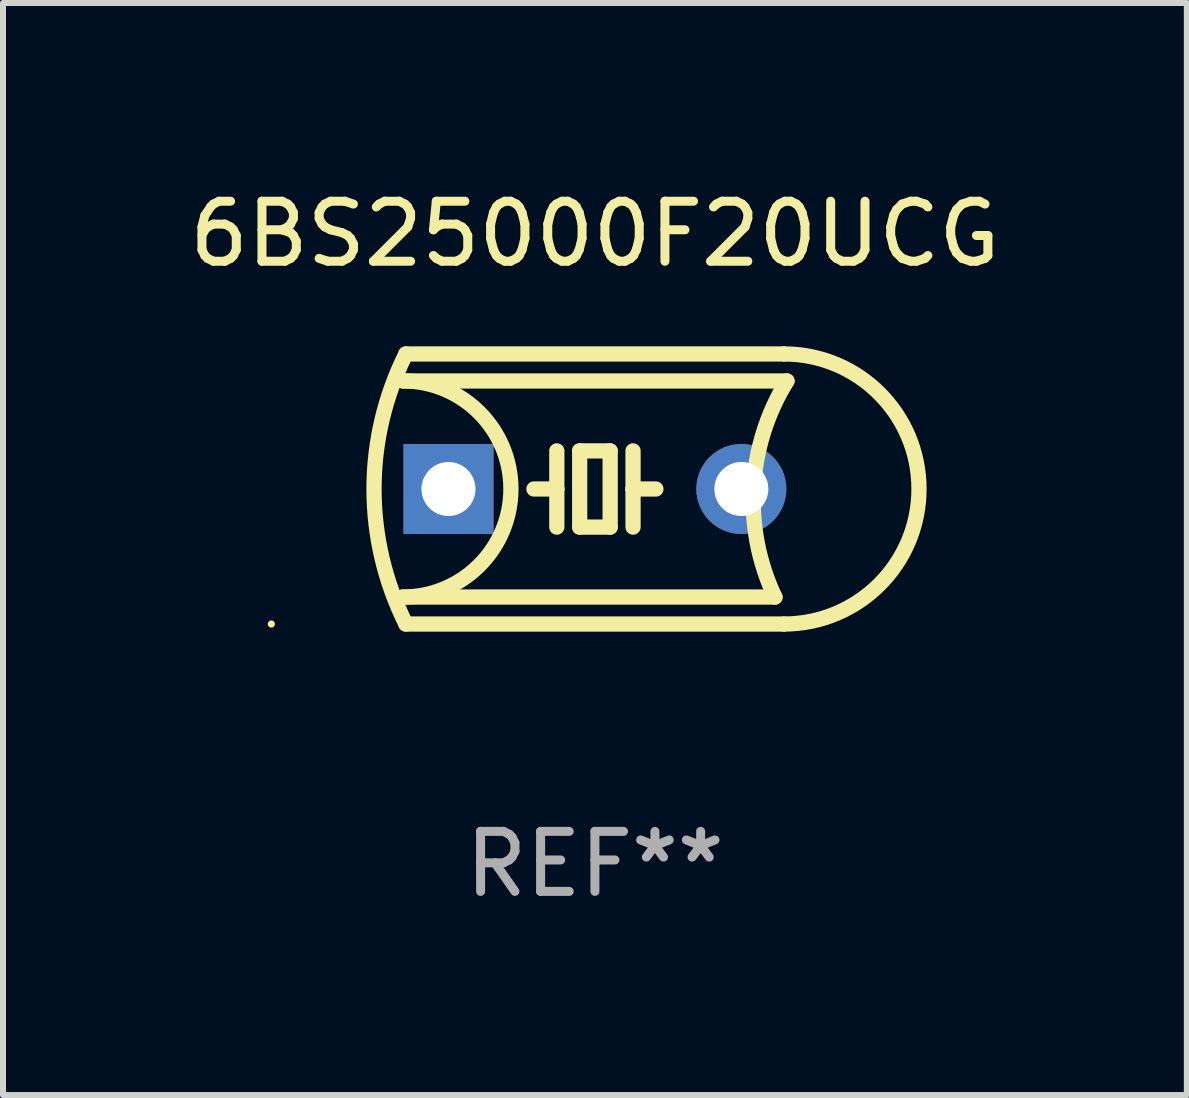
<source format=kicad_pcb>
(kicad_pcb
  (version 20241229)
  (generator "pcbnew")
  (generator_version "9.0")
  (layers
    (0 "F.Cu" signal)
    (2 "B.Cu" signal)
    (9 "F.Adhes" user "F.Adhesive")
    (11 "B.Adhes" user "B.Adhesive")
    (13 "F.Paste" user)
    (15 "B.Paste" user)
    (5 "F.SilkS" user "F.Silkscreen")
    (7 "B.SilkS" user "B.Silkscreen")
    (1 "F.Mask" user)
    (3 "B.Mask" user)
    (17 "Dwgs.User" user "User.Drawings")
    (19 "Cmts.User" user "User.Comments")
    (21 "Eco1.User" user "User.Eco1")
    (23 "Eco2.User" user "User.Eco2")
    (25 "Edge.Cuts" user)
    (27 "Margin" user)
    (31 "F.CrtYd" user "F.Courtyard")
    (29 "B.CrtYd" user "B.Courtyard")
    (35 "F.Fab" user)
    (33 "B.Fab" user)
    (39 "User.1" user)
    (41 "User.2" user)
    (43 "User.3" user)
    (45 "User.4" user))
  (footprint "6BS25000F20UCG"
    (layer "F.Cu")
    (at 6.863 5.098)
    (property "Reference" "6BS25000F20UCG" (at 0 -4.25 0) (layer "F.SilkS") (effects (font (size 1 1) (thickness 0.15))))
    (attr through_hole)
    (fp_line (start -3.2 -1.8) (end 3.2 -1.8) (stroke (width 0.254) (type solid)) (layer "F.SilkS"))
    (fp_line (start -3.15 2.25) (end 3.15 2.25) (stroke (width 0.254) (type solid)) (layer "F.SilkS"))
    (fp_line (start -0.635 -0.635) (end -0.635 0) (stroke (width 0.254) (type solid)) (layer "F.SilkS"))
    (fp_line (start -0.635 0) (end -1.016 0) (stroke (width 0.254) (type solid)) (layer "F.SilkS"))
    (fp_line (start -0.635 0) (end -0.635 0.635) (stroke (width 0.254) (type solid)) (layer "F.SilkS"))
    (fp_line (start -0.254 -0.635) (end -0.254 0.635) (stroke (width 0.254) (type solid)) (layer "F.SilkS"))
    (fp_line (start -0.254 0.635) (end 0.254 0.635) (stroke (width 0.254) (type solid)) (layer "F.SilkS"))
    (fp_line (start 0.254 -0.635) (end -0.254 -0.635) (stroke (width 0.254) (type solid)) (layer "F.SilkS"))
    (fp_line (start 0.254 0.635) (end 0.254 -0.635) (stroke (width 0.254) (type solid)) (layer "F.SilkS"))
    (fp_line (start 0.635 -0.635) (end 0.635 0) (stroke (width 0.254) (type solid)) (layer "F.SilkS"))
    (fp_line (start 0.635 0) (end 0.635 0.635) (stroke (width 0.254) (type solid)) (layer "F.SilkS"))
    (fp_line (start 0.635 0) (end 1.016 0) (stroke (width 0.254) (type solid)) (layer "F.SilkS"))
    (fp_line (start 3 1.8) (end -3.2 1.8) (stroke (width 0.254) (type solid)) (layer "F.SilkS"))
    (fp_line (start 3.15 -2.25) (end -3.15 -2.25) (stroke (width 0.254) (type solid)) (layer "F.SilkS"))
    (fp_arc (start -3.200406 -1.800864) (mid -1.399974 -0.000635) (end -3.2 1.8) (stroke (width 0.254001) (type solid)) (layer "F.SilkS"))
    (fp_arc (start -3.149606 2.250444) (mid -3.680941 0.000261) (end -3.149987 -2.250013) (stroke (width 0.254001) (type solid)) (layer "F.SilkS"))
    (fp_arc (start 2.999746 1.800863) (mid 2.642982 -0.024977) (end 3.2 -1.8) (stroke (width 0.254001) (type solid)) (layer "F.SilkS"))
    (fp_arc (start 3.149607 -2.250445) (mid 5.399848 -0.000406) (end 3.149987 2.250013) (stroke (width 0.254001) (type solid)) (layer "F.SilkS"))
    (fp_circle (center -5.392 2.25) (end -5.362 2.25) (stroke (width 0.06) (type solid)) (fill no) (layer "F.SilkS"))
    (fp_text user "REF**" (at 0 6.25 0) (layer "F.Fab") (effects (font (size 1 1) (thickness 0.15))))
    (pad "1" thru_hole rect (at -2.44 0) (size 1.5 1.5) (drill 0.9) (layers "*.Cu" "*.Mask"))
    (pad "2" thru_hole circle (at 2.44 0) (size 1.5 1.5) (drill 0.9) (layers "*.Cu" "*.Mask")))
  (gr_rect
    (start -3 -3)
    (end 16.726 15.197)
    (stroke (width 0.1) (type default))
    (fill no)
    (layer "Edge.Cuts")))
</source>
